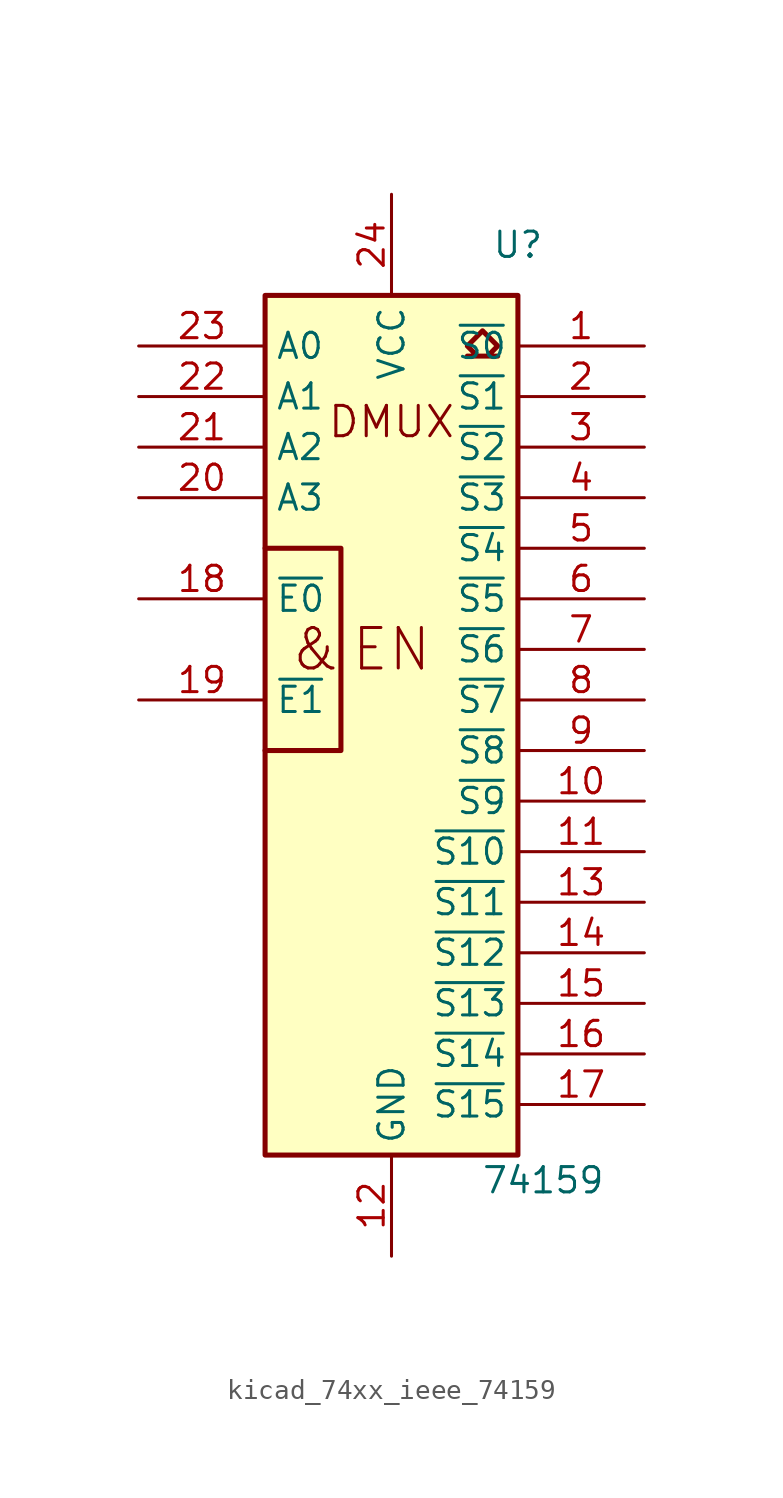
<source format=kicad_sym>
(kicad_symbol_lib
  (version 20220914)
  (generator kicad_symbol_editor)
  (symbol "kicad_74xx_ieee_74159"
    (property "Reference" "U"
      (at 6.35 25.4 0)
      (effects (font (size 1.27 1.27))))
    (property "Value" "74159"
      (at 7.62 -21.59 0)
      (effects (font (size 1.27 1.27))))
    (symbol "kicad_74xx_ieee_74159_0_0"
      (rectangle (start -6.35 22.86) (end 6.35 -20.32) (stroke (width 0.254) (type default)) (fill (type background)))
      (polyline (pts (xy -6.35 10.16) (xy -2.54 10.16) (xy -2.54 0) (xy -6.35 0) (xy -6.35 0)) (stroke (width 0.254) (type default)) (fill (type background)))
      (polyline (pts (xy 4.572 21.082) (xy 3.81 20.32) (xy 4.318 19.812) (xy 3.81 19.812) (xy 5.334 19.812) (xy 4.826 19.812) (xy 5.334 20.32) (xy 4.572 21.082) (xy 4.572 21.082)) (stroke (width 0.254) (type default)) (fill (type background)))
      (text "&" (at -3.81 5.08 0) (effects (font (size 2.032 2.032))))
      (text "DMUX" (at 0 16.51 0) (effects (font (size 1.524 1.524))))
      (text "EN" (at 0 5.08 0) (effects (font (size 2.032 2.032))))
      (pin power_in line (at 0 -25.4 90) (length 5.08) (name "GND" (effects (font (size 1.27 1.27)))) (number "12" (effects (font (size 1.27 1.27)))))
      (pin power_in line (at 0 27.94 270) (length 5.08) (name "VCC" (effects (font (size 1.27 1.27)))) (number "24" (effects (font (size 1.27 1.27))))))
    (symbol "kicad_74xx_ieee_74159_1_1"
      (pin open_collector line (at 12.7 20.32 180) (length 6.35) (name "~{S0}" (effects (font (size 1.27 1.27)))) (number "1" (effects (font (size 1.27 1.27)))))
      (pin open_collector line (at 12.7 -2.54 180) (length 6.35) (name "~{S9}" (effects (font (size 1.27 1.27)))) (number "10" (effects (font (size 1.27 1.27)))))
      (pin open_collector line (at 12.7 -5.08 180) (length 6.35) (name "~{S10}" (effects (font (size 1.27 1.27)))) (number "11" (effects (font (size 1.27 1.27)))))
      (pin open_collector line (at 12.7 -7.62 180) (length 6.35) (name "~{S11}" (effects (font (size 1.27 1.27)))) (number "13" (effects (font (size 1.27 1.27)))))
      (pin open_collector line (at 12.7 -10.16 180) (length 6.35) (name "~{S12}" (effects (font (size 1.27 1.27)))) (number "14" (effects (font (size 1.27 1.27)))))
      (pin open_collector line (at 12.7 -12.7 180) (length 6.35) (name "~{S13}" (effects (font (size 1.27 1.27)))) (number "15" (effects (font (size 1.27 1.27)))))
      (pin open_collector line (at 12.7 -15.24 180) (length 6.35) (name "~{S14}" (effects (font (size 1.27 1.27)))) (number "16" (effects (font (size 1.27 1.27)))))
      (pin open_collector line (at 12.7 -17.78 180) (length 6.35) (name "~{S15}" (effects (font (size 1.27 1.27)))) (number "17" (effects (font (size 1.27 1.27)))))
      (pin input line (at -12.7 7.62 0) (length 6.35) (name "~{E0}" (effects (font (size 1.27 1.27)))) (number "18" (effects (font (size 1.27 1.27)))))
      (pin input line (at -12.7 2.54 0) (length 6.35) (name "~{E1}" (effects (font (size 1.27 1.27)))) (number "19" (effects (font (size 1.27 1.27)))))
      (pin open_collector line (at 12.7 17.78 180) (length 6.35) (name "~{S1}" (effects (font (size 1.27 1.27)))) (number "2" (effects (font (size 1.27 1.27)))))
      (pin input line (at -12.7 12.7 0) (length 6.35) (name "A3" (effects (font (size 1.27 1.27)))) (number "20" (effects (font (size 1.27 1.27)))))
      (pin input line (at -12.7 15.24 0) (length 6.35) (name "A2" (effects (font (size 1.27 1.27)))) (number "21" (effects (font (size 1.27 1.27)))))
      (pin input line (at -12.7 17.78 0) (length 6.35) (name "A1" (effects (font (size 1.27 1.27)))) (number "22" (effects (font (size 1.27 1.27)))))
      (pin input line (at -12.7 20.32 0) (length 6.35) (name "A0" (effects (font (size 1.27 1.27)))) (number "23" (effects (font (size 1.27 1.27)))))
      (pin open_collector line (at 12.7 15.24 180) (length 6.35) (name "~{S2}" (effects (font (size 1.27 1.27)))) (number "3" (effects (font (size 1.27 1.27)))))
      (pin open_collector line (at 12.7 12.7 180) (length 6.35) (name "~{S3}" (effects (font (size 1.27 1.27)))) (number "4" (effects (font (size 1.27 1.27)))))
      (pin open_collector line (at 12.7 10.16 180) (length 6.35) (name "~{S4}" (effects (font (size 1.27 1.27)))) (number "5" (effects (font (size 1.27 1.27)))))
      (pin open_collector line (at 12.7 7.62 180) (length 6.35) (name "~{S5}" (effects (font (size 1.27 1.27)))) (number "6" (effects (font (size 1.27 1.27)))))
      (pin open_collector line (at 12.7 5.08 180) (length 6.35) (name "~{S6}" (effects (font (size 1.27 1.27)))) (number "7" (effects (font (size 1.27 1.27)))))
      (pin open_collector line (at 12.7 2.54 180) (length 6.35) (name "~{S7}" (effects (font (size 1.27 1.27)))) (number "8" (effects (font (size 1.27 1.27)))))
      (pin open_collector line (at 12.7 0 180) (length 6.35) (name "~{S8}" (effects (font (size 1.27 1.27)))) (number "9" (effects (font (size 1.27 1.27))))))))
</source>
